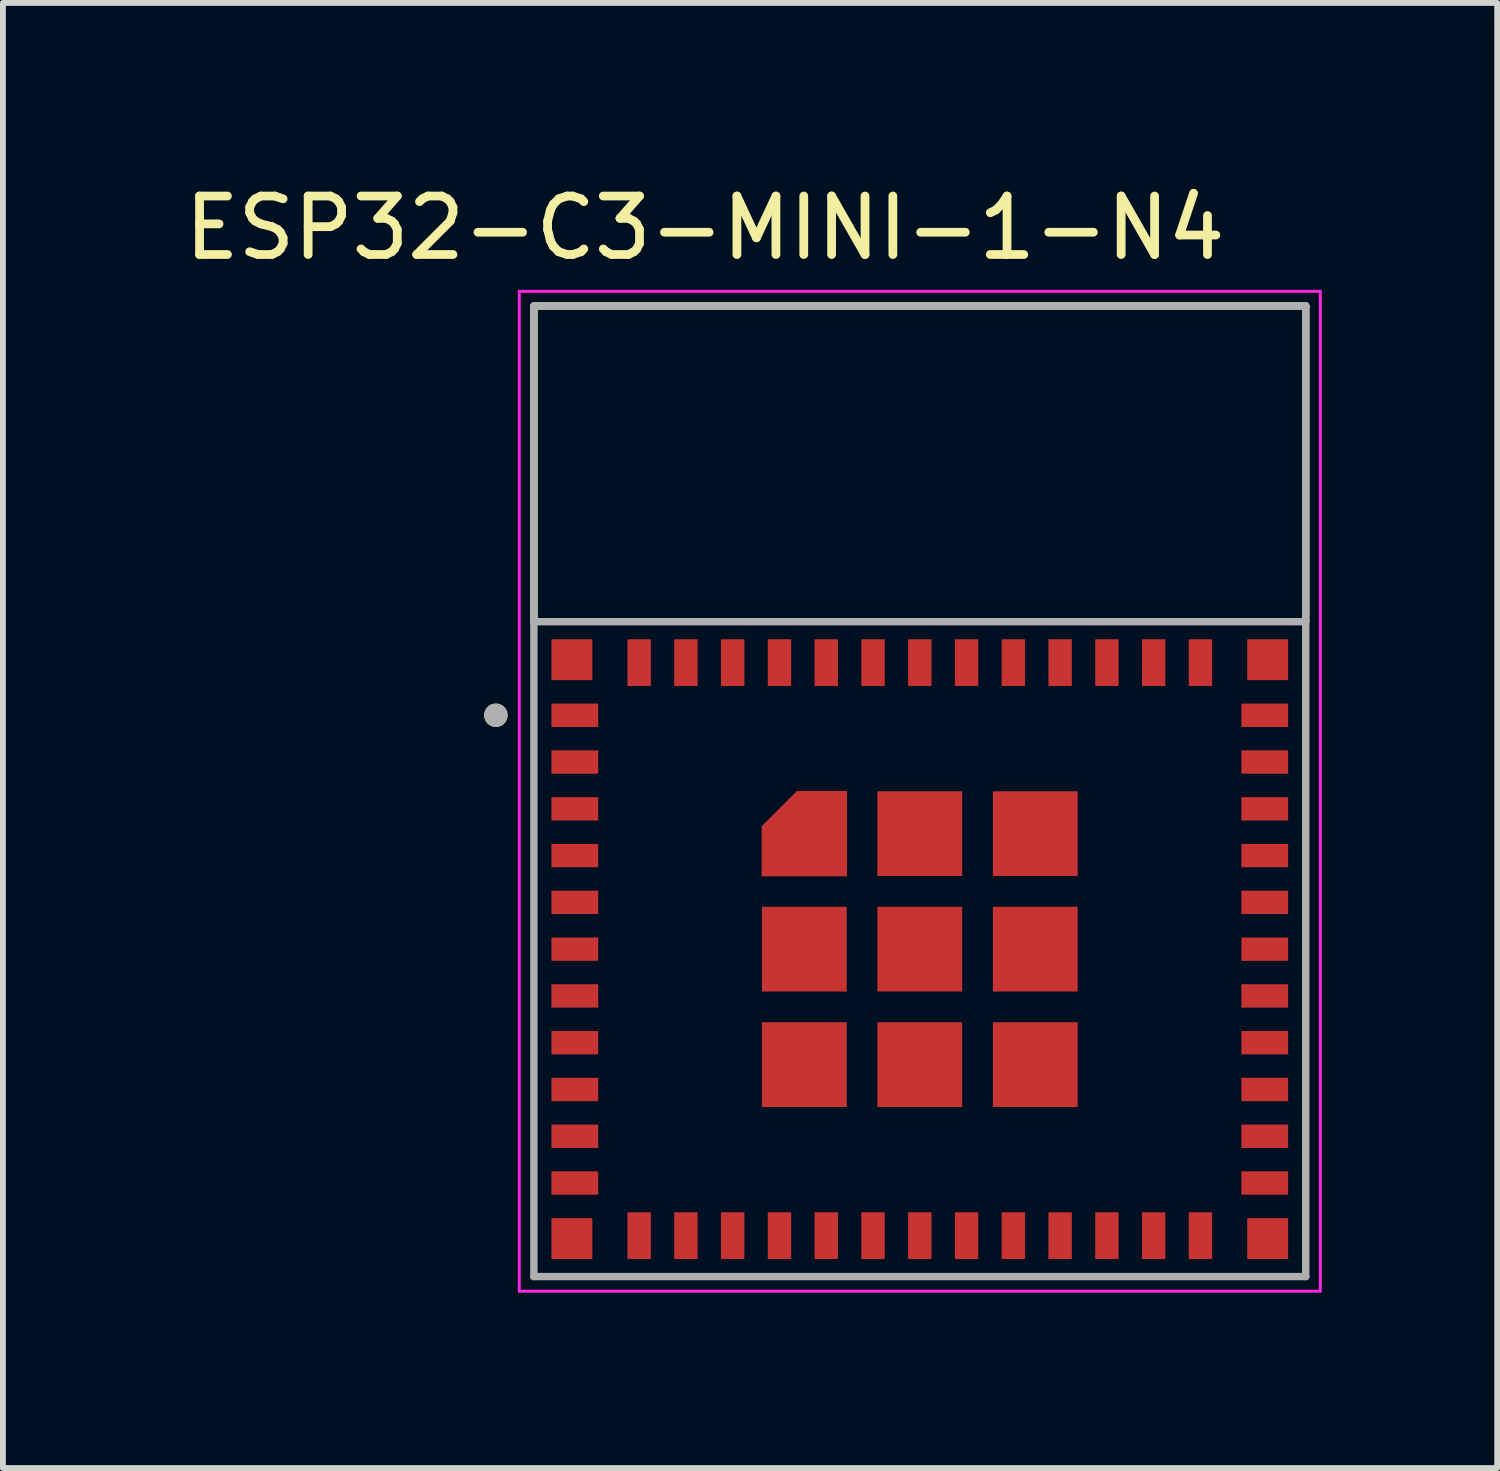
<source format=kicad_pcb>
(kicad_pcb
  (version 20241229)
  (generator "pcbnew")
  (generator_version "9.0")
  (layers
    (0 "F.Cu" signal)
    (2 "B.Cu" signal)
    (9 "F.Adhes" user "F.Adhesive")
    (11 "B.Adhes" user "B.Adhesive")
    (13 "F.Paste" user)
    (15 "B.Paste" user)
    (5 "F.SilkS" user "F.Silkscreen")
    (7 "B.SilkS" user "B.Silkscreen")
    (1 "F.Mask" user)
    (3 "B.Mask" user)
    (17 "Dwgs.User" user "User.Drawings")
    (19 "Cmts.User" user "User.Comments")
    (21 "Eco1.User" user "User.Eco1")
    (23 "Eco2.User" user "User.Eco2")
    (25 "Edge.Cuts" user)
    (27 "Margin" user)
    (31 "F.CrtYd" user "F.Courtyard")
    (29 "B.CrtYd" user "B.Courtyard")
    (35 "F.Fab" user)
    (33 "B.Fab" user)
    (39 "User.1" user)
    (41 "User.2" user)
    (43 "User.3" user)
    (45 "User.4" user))
  (footprint "ESP32-C3-MINI-1-N4"
    (layer "F.Cu")
    (at 12.681 10.483)
    (property "Reference" "ESP32-C3-MINI-1-N4" (at -3.675 -9.635 0) (layer "F.SilkS") (effects (font (size 1 1) (thickness 0.15))))
    (attr through_hole)
    (fp_poly (pts (xy -1.15 1.55) (xy -2.8 1.55) (xy -2.8 0.56) (xy -2.14 -0.1) (xy -1.15 -0.1)) (stroke (width 0.01) (type solid)) (fill yes) (layer "F.Mask"))
    (fp_line (start -6.6 -8.3) (end 6.6 -8.3) (stroke (width 0.127) (type solid)) (layer "F.SilkS"))
    (fp_line (start -6.6 -2.92) (end -6.6 -8.3) (stroke (width 0.127) (type solid)) (layer "F.SilkS"))
    (fp_line (start 6.6 -8.3) (end 6.6 -2.92) (stroke (width 0.127) (type solid)) (layer "F.SilkS"))
    (fp_circle (center -7.25 -1.3) (end -7.15 -1.3) (stroke (width 0.2) (type solid)) (fill no) (layer "F.SilkS"))
    (fp_poly (pts (xy -1.25 1.45) (xy -2.7 1.45) (xy -2.7 0.6) (xy -2.1 0) (xy -1.25 0)) (stroke (width 0.01) (type solid)) (fill yes) (layer "F.Paste"))
    (fp_line (start -6.85 -8.55) (end -6.85 8.55) (stroke (width 0.05) (type solid)) (layer "F.CrtYd"))
    (fp_line (start -6.85 8.55) (end 6.85 8.55) (stroke (width 0.05) (type solid)) (layer "F.CrtYd"))
    (fp_line (start 6.85 -8.55) (end -6.85 -8.55) (stroke (width 0.05) (type solid)) (layer "F.CrtYd"))
    (fp_line (start 6.85 8.55) (end 6.85 -8.55) (stroke (width 0.05) (type solid)) (layer "F.CrtYd"))
    (fp_line (start -6.6 -8.3) (end 6.6 -8.3) (stroke (width 0.127) (type solid)) (layer "F.Fab"))
    (fp_line (start -6.6 -2.9) (end -6.6 -8.3) (stroke (width 0.127) (type solid)) (layer "F.Fab"))
    (fp_line (start -6.6 -2.9) (end 6.6 -2.9) (stroke (width 0.127) (type solid)) (layer "F.Fab"))
    (fp_line (start -6.6 8.3) (end -6.6 -2.9) (stroke (width 0.127) (type solid)) (layer "F.Fab"))
    (fp_line (start 6.6 -8.3) (end 6.6 -2.9) (stroke (width 0.127) (type solid)) (layer "F.Fab"))
    (fp_line (start 6.6 -2.9) (end 6.6 8.3) (stroke (width 0.127) (type solid)) (layer "F.Fab"))
    (fp_line (start 6.6 8.3) (end -6.6 8.3) (stroke (width 0.127) (type solid)) (layer "F.Fab"))
    (fp_circle (center -7.25 -1.3) (end -7.15 -1.3) (stroke (width 0.2) (type solid)) (fill no) (layer "F.Fab"))
    (pad "1" smd rect (at -5.9 -1.3) (size 0.8 0.4) (layers "F.Cu" "F.Mask" "F.Paste"))
    (pad "2" smd rect (at -5.9 -0.5) (size 0.8 0.4) (layers "F.Cu" "F.Mask" "F.Paste"))
    (pad "3" smd rect (at -5.9 0.3) (size 0.8 0.4) (layers "F.Cu" "F.Mask" "F.Paste"))
    (pad "4" smd rect (at -5.9 1.1) (size 0.8 0.4) (layers "F.Cu" "F.Mask" "F.Paste"))
    (pad "5" smd rect (at -5.9 1.9) (size 0.8 0.4) (layers "F.Cu" "F.Mask" "F.Paste"))
    (pad "6" smd rect (at -5.9 2.7) (size 0.8 0.4) (layers "F.Cu" "F.Mask" "F.Paste"))
    (pad "7" smd rect (at -5.9 3.5) (size 0.8 0.4) (layers "F.Cu" "F.Mask" "F.Paste"))
    (pad "8" smd rect (at -5.9 4.3) (size 0.8 0.4) (layers "F.Cu" "F.Mask" "F.Paste"))
    (pad "9" smd rect (at -5.9 5.1) (size 0.8 0.4) (layers "F.Cu" "F.Mask" "F.Paste"))
    (pad "10" smd rect (at -5.9 5.9) (size 0.8 0.4) (layers "F.Cu" "F.Mask" "F.Paste"))
    (pad "11" smd rect (at -5.9 6.7) (size 0.8 0.4) (layers "F.Cu" "F.Mask" "F.Paste"))
    (pad "12" smd rect (at -4.8 7.6) (size 0.4 0.8) (layers "F.Cu" "F.Mask" "F.Paste"))
    (pad "13" smd rect (at -4 7.6) (size 0.4 0.8) (layers "F.Cu" "F.Mask" "F.Paste"))
    (pad "14" smd rect (at -3.2 7.6) (size 0.4 0.8) (layers "F.Cu" "F.Mask" "F.Paste"))
    (pad "15" smd rect (at -2.4 7.6) (size 0.4 0.8) (layers "F.Cu" "F.Mask" "F.Paste"))
    (pad "16" smd rect (at -1.6 7.6) (size 0.4 0.8) (layers "F.Cu" "F.Mask" "F.Paste"))
    (pad "17" smd rect (at -0.8 7.6) (size 0.4 0.8) (layers "F.Cu" "F.Mask" "F.Paste"))
    (pad "18" smd rect (at 0 7.6) (size 0.4 0.8) (layers "F.Cu" "F.Mask" "F.Paste"))
    (pad "19" smd rect (at 0.8 7.6) (size 0.4 0.8) (layers "F.Cu" "F.Mask" "F.Paste"))
    (pad "20" smd rect (at 1.6 7.6) (size 0.4 0.8) (layers "F.Cu" "F.Mask" "F.Paste"))
    (pad "21" smd rect (at 2.4 7.6) (size 0.4 0.8) (layers "F.Cu" "F.Mask" "F.Paste"))
    (pad "22" smd rect (at 3.2 7.6) (size 0.4 0.8) (layers "F.Cu" "F.Mask" "F.Paste"))
    (pad "23" smd rect (at 4 7.6) (size 0.4 0.8) (layers "F.Cu" "F.Mask" "F.Paste"))
    (pad "24" smd rect (at 4.8 7.6) (size 0.4 0.8) (layers "F.Cu" "F.Mask" "F.Paste"))
    (pad "25" smd rect (at 5.9 6.7) (size 0.8 0.4) (layers "F.Cu" "F.Mask" "F.Paste"))
    (pad "26" smd rect (at 5.9 5.9) (size 0.8 0.4) (layers "F.Cu" "F.Mask" "F.Paste"))
    (pad "27" smd rect (at 5.9 5.1) (size 0.8 0.4) (layers "F.Cu" "F.Mask" "F.Paste"))
    (pad "28" smd rect (at 5.9 4.3) (size 0.8 0.4) (layers "F.Cu" "F.Mask" "F.Paste"))
    (pad "29" smd rect (at 5.9 3.5) (size 0.8 0.4) (layers "F.Cu" "F.Mask" "F.Paste"))
    (pad "30" smd rect (at 5.9 2.7) (size 0.8 0.4) (layers "F.Cu" "F.Mask" "F.Paste"))
    (pad "31" smd rect (at 5.9 1.9) (size 0.8 0.4) (layers "F.Cu" "F.Mask" "F.Paste"))
    (pad "32" smd rect (at 5.9 1.1) (size 0.8 0.4) (layers "F.Cu" "F.Mask" "F.Paste"))
    (pad "33" smd rect (at 5.9 0.3) (size 0.8 0.4) (layers "F.Cu" "F.Mask" "F.Paste"))
    (pad "34" smd rect (at 5.9 -0.5) (size 0.8 0.4) (layers "F.Cu" "F.Mask" "F.Paste"))
    (pad "35" smd rect (at 5.9 -1.3) (size 0.8 0.4) (layers "F.Cu" "F.Mask" "F.Paste"))
    (pad "36" smd rect (at 4.8 -2.2) (size 0.4 0.8) (layers "F.Cu" "F.Mask" "F.Paste"))
    (pad "37" smd rect (at 4 -2.2) (size 0.4 0.8) (layers "F.Cu" "F.Mask" "F.Paste"))
    (pad "38" smd rect (at 3.2 -2.2) (size 0.4 0.8) (layers "F.Cu" "F.Mask" "F.Paste"))
    (pad "39" smd rect (at 2.4 -2.2) (size 0.4 0.8) (layers "F.Cu" "F.Mask" "F.Paste"))
    (pad "40" smd rect (at 1.6 -2.2) (size 0.4 0.8) (layers "F.Cu" "F.Mask" "F.Paste"))
    (pad "41" smd rect (at 0.8 -2.2) (size 0.4 0.8) (layers "F.Cu" "F.Mask" "F.Paste"))
    (pad "42" smd rect (at 0 -2.2) (size 0.4 0.8) (layers "F.Cu" "F.Mask" "F.Paste"))
    (pad "43" smd rect (at -0.8 -2.2) (size 0.4 0.8) (layers "F.Cu" "F.Mask" "F.Paste"))
    (pad "44" smd rect (at -1.6 -2.2) (size 0.4 0.8) (layers "F.Cu" "F.Mask" "F.Paste"))
    (pad "45" smd rect (at -2.4 -2.2) (size 0.4 0.8) (layers "F.Cu" "F.Mask" "F.Paste"))
    (pad "46" smd rect (at -3.2 -2.2) (size 0.4 0.8) (layers "F.Cu" "F.Mask" "F.Paste"))
    (pad "47" smd rect (at -4 -2.2) (size 0.4 0.8) (layers "F.Cu" "F.Mask" "F.Paste"))
    (pad "48" smd rect (at -4.8 -2.2) (size 0.4 0.8) (layers "F.Cu" "F.Mask" "F.Paste"))
    (pad "49_1" smd custom (at -1.975 0.725) (size 0.6 0.6) (layers "F.Cu" "F.Mask" "F.Paste") (options (anchor rect)) (primitives (gr_poly (pts (xy 0.725 0.725) (xy -0.725 0.725) (xy -0.725 -0.125) (xy -0.125 -0.725) (xy 0.725 -0.725)) (width 0.01) (fill yes))))
    (pad "49_2" smd rect (at 0 0.725) (size 1.45 1.45) (layers "F.Cu" "F.Mask" "F.Paste"))
    (pad "49_3" smd rect (at 1.975 0.725) (size 1.45 1.45) (layers "F.Cu" "F.Mask" "F.Paste"))
    (pad "49_4" smd rect (at 1.975 2.7) (size 1.45 1.45) (layers "F.Cu" "F.Mask" "F.Paste"))
    (pad "49_5" smd rect (at 1.975 4.675) (size 1.45 1.45) (layers "F.Cu" "F.Mask" "F.Paste"))
    (pad "49_6" smd rect (at 0 4.675) (size 1.45 1.45) (layers "F.Cu" "F.Mask" "F.Paste"))
    (pad "49_7" smd rect (at -1.975 4.675) (size 1.45 1.45) (layers "F.Cu" "F.Mask" "F.Paste"))
    (pad "49_8" smd rect (at -1.975 2.7) (size 1.45 1.45) (layers "F.Cu" "F.Mask" "F.Paste"))
    (pad "49_9" smd rect (at 0 2.7) (size 1.45 1.45) (layers "F.Cu" "F.Mask" "F.Paste"))
    (pad "50" smd rect (at 5.95 -2.25) (size 0.7 0.7) (layers "F.Cu" "F.Mask" "F.Paste"))
    (pad "51" smd rect (at 5.95 7.65) (size 0.7 0.7) (layers "F.Cu" "F.Mask" "F.Paste"))
    (pad "52" smd rect (at -5.95 7.65) (size 0.7 0.7) (layers "F.Cu" "F.Mask" "F.Paste"))
    (pad "53" smd rect (at -5.95 -2.25) (size 0.7 0.7) (layers "F.Cu" "F.Mask" "F.Paste"))
    (zone (net_name "") (layer "F.Cu") (hatch full 0.508) (connect_pads) (min_thickness 0.01) (filled_areas_thickness no) (keepout (tracks not_allowed) (vias not_allowed) (pads not_allowed) (copperpour not_allowed) (footprints allowed)) (placement (enabled no)) (fill) (polygon (pts (xy 6.081 2.183) (xy 19.281 2.183) (xy 19.281 7.583) (xy 6.081 7.583))))
    (zone (net_name "") (layers "F.Cu" "B.Cu") (hatch full 0.508) (connect_pads) (min_thickness 0.01) (filled_areas_thickness no) (keepout (tracks allowed) (vias not_allowed) (pads allowed) (copperpour allowed) (footprints allowed)) (placement (enabled no)) (fill) (polygon (pts (xy 6.081 2.183) (xy 19.281 2.183) (xy 19.281 7.583) (xy 6.081 7.583))))
    (zone (net_name "") (layer "B.Cu") (hatch full 0.508) (connect_pads) (min_thickness 0.01) (filled_areas_thickness no) (keepout (tracks not_allowed) (vias not_allowed) (pads not_allowed) (copperpour not_allowed) (footprints allowed)) (placement (enabled no)) (fill) (polygon (pts (xy 6.081 2.183) (xy 19.281 2.183) (xy 19.281 7.583) (xy 6.081 7.583)))))
  (gr_rect
    (start -3 -3)
    (end 22.556 22.058)
    (stroke (width 0.1) (type default))
    (fill no)
    (layer "Edge.Cuts")))
</source>
